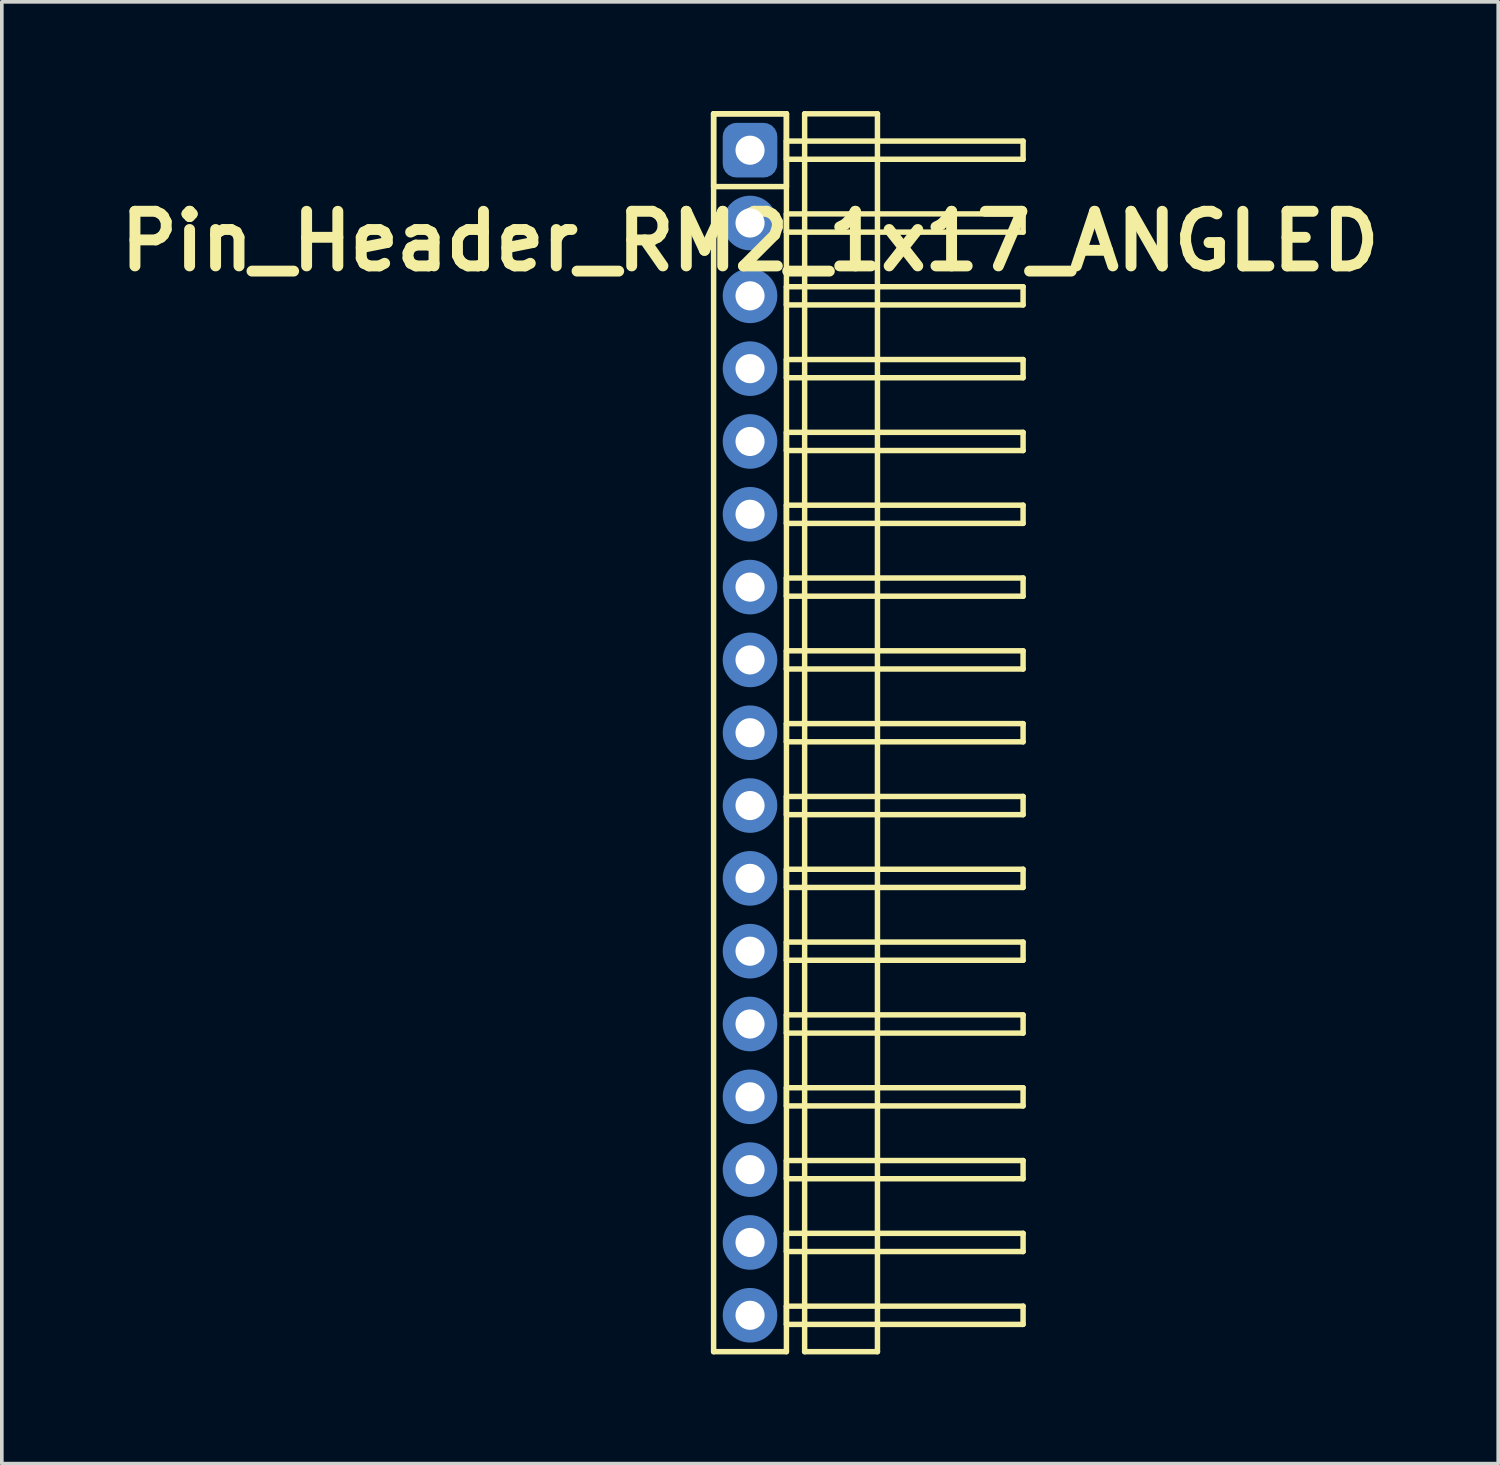
<source format=kicad_pcb>
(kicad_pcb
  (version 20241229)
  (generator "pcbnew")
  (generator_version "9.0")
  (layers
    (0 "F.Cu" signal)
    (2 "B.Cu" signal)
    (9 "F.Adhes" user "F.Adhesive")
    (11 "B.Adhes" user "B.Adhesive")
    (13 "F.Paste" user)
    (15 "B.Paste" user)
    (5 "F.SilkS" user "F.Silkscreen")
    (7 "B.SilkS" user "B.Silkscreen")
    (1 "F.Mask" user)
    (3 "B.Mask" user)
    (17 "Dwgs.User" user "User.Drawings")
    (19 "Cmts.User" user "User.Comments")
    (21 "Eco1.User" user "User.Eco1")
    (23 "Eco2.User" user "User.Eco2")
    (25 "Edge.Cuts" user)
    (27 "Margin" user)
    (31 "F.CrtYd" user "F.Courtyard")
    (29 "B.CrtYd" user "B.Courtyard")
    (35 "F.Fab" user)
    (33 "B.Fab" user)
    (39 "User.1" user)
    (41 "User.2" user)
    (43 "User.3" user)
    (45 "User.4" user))
  (footprint "Pin_Header_RM2_1x17_ANGLED"
    (layer "F.Cu")
    (at 17.55 1.075)
    (property "Reference" "Pin_Header_RM2_1x17_ANGLED" (at 0 2.5 0) (layer "F.SilkS") (effects (font (size 1.5 1.5) (thickness 0.3))))
    (attr through_hole)
    (fp_line (start -1 -1) (end 1 -1) (stroke (width 0.15) (type solid)) (layer "F.SilkS"))
    (fp_line (start -1 -1) (end 1 -1) (stroke (width 0.15) (type solid)) (layer "F.SilkS"))
    (fp_line (start -1 1) (end -1 -1) (stroke (width 0.15) (type solid)) (layer "F.SilkS"))
    (fp_line (start -1 33) (end -1 -1) (stroke (width 0.15) (type solid)) (layer "F.SilkS"))
    (fp_line (start 1 -1) (end 1 1) (stroke (width 0.15) (type solid)) (layer "F.SilkS"))
    (fp_line (start 1 -1) (end 1 33) (stroke (width 0.15) (type solid)) (layer "F.SilkS"))
    (fp_line (start 1 -0.25) (end 7.5 -0.25) (stroke (width 0.15) (type solid)) (layer "F.SilkS"))
    (fp_line (start 1 0.25) (end 1 -0.25) (stroke (width 0.15) (type solid)) (layer "F.SilkS"))
    (fp_line (start 1 1) (end -1 1) (stroke (width 0.15) (type solid)) (layer "F.SilkS"))
    (fp_line (start 1 1.75) (end 7.5 1.75) (stroke (width 0.15) (type solid)) (layer "F.SilkS"))
    (fp_line (start 1 2.25) (end 1 1.75) (stroke (width 0.15) (type solid)) (layer "F.SilkS"))
    (fp_line (start 1 3.75) (end 7.5 3.75) (stroke (width 0.15) (type solid)) (layer "F.SilkS"))
    (fp_line (start 1 4.25) (end 1 3.75) (stroke (width 0.15) (type solid)) (layer "F.SilkS"))
    (fp_line (start 1 5.75) (end 7.5 5.75) (stroke (width 0.15) (type solid)) (layer "F.SilkS"))
    (fp_line (start 1 6.25) (end 1 5.75) (stroke (width 0.15) (type solid)) (layer "F.SilkS"))
    (fp_line (start 1 7.75) (end 7.5 7.75) (stroke (width 0.15) (type solid)) (layer "F.SilkS"))
    (fp_line (start 1 8.25) (end 1 7.75) (stroke (width 0.15) (type solid)) (layer "F.SilkS"))
    (fp_line (start 1 9.75) (end 7.5 9.75) (stroke (width 0.15) (type solid)) (layer "F.SilkS"))
    (fp_line (start 1 10.25) (end 1 9.75) (stroke (width 0.15) (type solid)) (layer "F.SilkS"))
    (fp_line (start 1 11.75) (end 7.5 11.75) (stroke (width 0.15) (type solid)) (layer "F.SilkS"))
    (fp_line (start 1 12.25) (end 1 11.75) (stroke (width 0.15) (type solid)) (layer "F.SilkS"))
    (fp_line (start 1 13.75) (end 7.5 13.75) (stroke (width 0.15) (type solid)) (layer "F.SilkS"))
    (fp_line (start 1 14.25) (end 1 13.75) (stroke (width 0.15) (type solid)) (layer "F.SilkS"))
    (fp_line (start 1 15.75) (end 7.5 15.75) (stroke (width 0.15) (type solid)) (layer "F.SilkS"))
    (fp_line (start 1 16.25) (end 1 15.75) (stroke (width 0.15) (type solid)) (layer "F.SilkS"))
    (fp_line (start 1 17.75) (end 7.5 17.75) (stroke (width 0.15) (type solid)) (layer "F.SilkS"))
    (fp_line (start 1 18.25) (end 1 17.75) (stroke (width 0.15) (type solid)) (layer "F.SilkS"))
    (fp_line (start 1 19.75) (end 7.5 19.75) (stroke (width 0.15) (type solid)) (layer "F.SilkS"))
    (fp_line (start 1 20.25) (end 1 19.75) (stroke (width 0.15) (type solid)) (layer "F.SilkS"))
    (fp_line (start 1 21.75) (end 7.5 21.75) (stroke (width 0.15) (type solid)) (layer "F.SilkS"))
    (fp_line (start 1 22.25) (end 1 21.75) (stroke (width 0.15) (type solid)) (layer "F.SilkS"))
    (fp_line (start 1 23.75) (end 7.5 23.75) (stroke (width 0.15) (type solid)) (layer "F.SilkS"))
    (fp_line (start 1 24.25) (end 1 23.75) (stroke (width 0.15) (type solid)) (layer "F.SilkS"))
    (fp_line (start 1 25.75) (end 7.5 25.75) (stroke (width 0.15) (type solid)) (layer "F.SilkS"))
    (fp_line (start 1 26.25) (end 1 25.75) (stroke (width 0.15) (type solid)) (layer "F.SilkS"))
    (fp_line (start 1 27.75) (end 7.5 27.75) (stroke (width 0.15) (type solid)) (layer "F.SilkS"))
    (fp_line (start 1 28.25) (end 1 27.75) (stroke (width 0.15) (type solid)) (layer "F.SilkS"))
    (fp_line (start 1 29.75) (end 7.5 29.75) (stroke (width 0.15) (type solid)) (layer "F.SilkS"))
    (fp_line (start 1 30.25) (end 1 29.75) (stroke (width 0.15) (type solid)) (layer "F.SilkS"))
    (fp_line (start 1 31.75) (end 7.5 31.75) (stroke (width 0.15) (type solid)) (layer "F.SilkS"))
    (fp_line (start 1 32.25) (end 1 31.75) (stroke (width 0.15) (type solid)) (layer "F.SilkS"))
    (fp_line (start 1 33) (end -1 33) (stroke (width 0.15) (type solid)) (layer "F.SilkS"))
    (fp_line (start 1.5 -1) (end 3.5 -1) (stroke (width 0.15) (type solid)) (layer "F.SilkS"))
    (fp_line (start 1.5 33) (end 1.5 -1) (stroke (width 0.15) (type solid)) (layer "F.SilkS"))
    (fp_line (start 3.5 -1) (end 3.5 33) (stroke (width 0.15) (type solid)) (layer "F.SilkS"))
    (fp_line (start 3.5 33) (end 1.5 33) (stroke (width 0.15) (type solid)) (layer "F.SilkS"))
    (fp_line (start 7.5 -0.25) (end 7.5 0.25) (stroke (width 0.15) (type solid)) (layer "F.SilkS"))
    (fp_line (start 7.5 0.25) (end 1 0.25) (stroke (width 0.15) (type solid)) (layer "F.SilkS"))
    (fp_line (start 7.5 1.75) (end 7.5 2.25) (stroke (width 0.15) (type solid)) (layer "F.SilkS"))
    (fp_line (start 7.5 2.25) (end 1 2.25) (stroke (width 0.15) (type solid)) (layer "F.SilkS"))
    (fp_line (start 7.5 3.75) (end 7.5 4.25) (stroke (width 0.15) (type solid)) (layer "F.SilkS"))
    (fp_line (start 7.5 4.25) (end 1 4.25) (stroke (width 0.15) (type solid)) (layer "F.SilkS"))
    (fp_line (start 7.5 5.75) (end 7.5 6.25) (stroke (width 0.15) (type solid)) (layer "F.SilkS"))
    (fp_line (start 7.5 6.25) (end 1 6.25) (stroke (width 0.15) (type solid)) (layer "F.SilkS"))
    (fp_line (start 7.5 7.75) (end 7.5 8.25) (stroke (width 0.15) (type solid)) (layer "F.SilkS"))
    (fp_line (start 7.5 8.25) (end 1 8.25) (stroke (width 0.15) (type solid)) (layer "F.SilkS"))
    (fp_line (start 7.5 9.75) (end 7.5 10.25) (stroke (width 0.15) (type solid)) (layer "F.SilkS"))
    (fp_line (start 7.5 10.25) (end 1 10.25) (stroke (width 0.15) (type solid)) (layer "F.SilkS"))
    (fp_line (start 7.5 11.75) (end 7.5 12.25) (stroke (width 0.15) (type solid)) (layer "F.SilkS"))
    (fp_line (start 7.5 12.25) (end 1 12.25) (stroke (width 0.15) (type solid)) (layer "F.SilkS"))
    (fp_line (start 7.5 13.75) (end 7.5 14.25) (stroke (width 0.15) (type solid)) (layer "F.SilkS"))
    (fp_line (start 7.5 14.25) (end 1 14.25) (stroke (width 0.15) (type solid)) (layer "F.SilkS"))
    (fp_line (start 7.5 15.75) (end 7.5 16.25) (stroke (width 0.15) (type solid)) (layer "F.SilkS"))
    (fp_line (start 7.5 16.25) (end 1 16.25) (stroke (width 0.15) (type solid)) (layer "F.SilkS"))
    (fp_line (start 7.5 17.75) (end 7.5 18.25) (stroke (width 0.15) (type solid)) (layer "F.SilkS"))
    (fp_line (start 7.5 18.25) (end 1 18.25) (stroke (width 0.15) (type solid)) (layer "F.SilkS"))
    (fp_line (start 7.5 19.75) (end 7.5 20.25) (stroke (width 0.15) (type solid)) (layer "F.SilkS"))
    (fp_line (start 7.5 20.25) (end 1 20.25) (stroke (width 0.15) (type solid)) (layer "F.SilkS"))
    (fp_line (start 7.5 21.75) (end 7.5 22.25) (stroke (width 0.15) (type solid)) (layer "F.SilkS"))
    (fp_line (start 7.5 22.25) (end 1 22.25) (stroke (width 0.15) (type solid)) (layer "F.SilkS"))
    (fp_line (start 7.5 23.75) (end 7.5 24.25) (stroke (width 0.15) (type solid)) (layer "F.SilkS"))
    (fp_line (start 7.5 24.25) (end 1 24.25) (stroke (width 0.15) (type solid)) (layer "F.SilkS"))
    (fp_line (start 7.5 25.75) (end 7.5 26.25) (stroke (width 0.15) (type solid)) (layer "F.SilkS"))
    (fp_line (start 7.5 26.25) (end 1 26.25) (stroke (width 0.15) (type solid)) (layer "F.SilkS"))
    (fp_line (start 7.5 27.75) (end 7.5 28.25) (stroke (width 0.15) (type solid)) (layer "F.SilkS"))
    (fp_line (start 7.5 28.25) (end 1 28.25) (stroke (width 0.15) (type solid)) (layer "F.SilkS"))
    (fp_line (start 7.5 29.75) (end 7.5 30.25) (stroke (width 0.15) (type solid)) (layer "F.SilkS"))
    (fp_line (start 7.5 30.25) (end 1 30.25) (stroke (width 0.15) (type solid)) (layer "F.SilkS"))
    (fp_line (start 7.5 31.75) (end 7.5 32.25) (stroke (width 0.15) (type solid)) (layer "F.SilkS"))
    (fp_line (start 7.5 32.25) (end 1 32.25) (stroke (width 0.15) (type solid)) (layer "F.SilkS"))
    (pad "1" thru_hole circle (at 0 0) (size 1.1 1.1) (drill 0.8) (layers "*.Cu" "*.Mask"))
    (pad "1" smd roundrect (at 0 0) (size 1.25 1.25) (layers "F.Cu" "F.Mask") (roundrect_rratio 0.25))
    (pad "1" smd roundrect (at 0 0) (size 1.5 1.5) (layers "B.Cu" "B.Mask") (roundrect_rratio 0.25))
    (pad "2" thru_hole circle (at 0 2) (size 1.1 1.1) (drill 0.8) (layers "*.Cu" "*.Mask"))
    (pad "2" smd circle (at 0 2) (size 1.25 1.25) (layers "F.Cu" "F.Mask"))
    (pad "2" smd circle (at 0 2) (size 1.5 1.5) (layers "B.Cu" "B.Mask"))
    (pad "3" thru_hole circle (at 0 4) (size 1.1 1.1) (drill 0.8) (layers "*.Cu" "*.Mask"))
    (pad "3" smd circle (at 0 4) (size 1.25 1.25) (layers "F.Cu" "F.Mask"))
    (pad "3" smd circle (at 0 4) (size 1.5 1.5) (layers "B.Cu" "B.Mask"))
    (pad "4" thru_hole circle (at 0 6) (size 1.1 1.1) (drill 0.8) (layers "*.Cu" "*.Mask"))
    (pad "4" smd circle (at 0 6) (size 1.25 1.25) (layers "F.Cu" "F.Mask"))
    (pad "4" smd circle (at 0 6) (size 1.5 1.5) (layers "B.Cu" "B.Mask"))
    (pad "5" thru_hole circle (at 0 8) (size 1.1 1.1) (drill 0.8) (layers "*.Cu" "*.Mask"))
    (pad "5" smd circle (at 0 8) (size 1.25 1.25) (layers "F.Cu" "F.Mask"))
    (pad "5" smd circle (at 0 8) (size 1.5 1.5) (layers "B.Cu" "B.Mask"))
    (pad "6" thru_hole circle (at 0 10) (size 1.1 1.1) (drill 0.8) (layers "*.Cu" "*.Mask"))
    (pad "6" smd circle (at 0 10) (size 1.25 1.25) (layers "F.Cu" "F.Mask"))
    (pad "6" smd circle (at 0 10) (size 1.5 1.5) (layers "B.Cu" "B.Mask"))
    (pad "7" thru_hole circle (at 0 12) (size 1.1 1.1) (drill 0.8) (layers "*.Cu" "*.Mask"))
    (pad "7" smd circle (at 0 12) (size 1.25 1.25) (layers "F.Cu" "F.Mask"))
    (pad "7" smd circle (at 0 12) (size 1.5 1.5) (layers "B.Cu" "B.Mask"))
    (pad "8" thru_hole circle (at 0 14) (size 1.1 1.1) (drill 0.8) (layers "*.Cu" "*.Mask"))
    (pad "8" smd circle (at 0 14) (size 1.25 1.25) (layers "F.Cu" "F.Mask"))
    (pad "8" smd circle (at 0 14) (size 1.5 1.5) (layers "B.Cu" "B.Mask"))
    (pad "9" thru_hole circle (at 0 16) (size 1.1 1.1) (drill 0.8) (layers "*.Cu" "*.Mask"))
    (pad "9" smd circle (at 0 16) (size 1.25 1.25) (layers "F.Cu" "F.Mask"))
    (pad "9" smd circle (at 0 16) (size 1.5 1.5) (layers "B.Cu" "B.Mask"))
    (pad "10" thru_hole circle (at 0 18) (size 1.1 1.1) (drill 0.8) (layers "*.Cu" "*.Mask"))
    (pad "10" smd circle (at 0 18) (size 1.25 1.25) (layers "F.Cu" "F.Mask"))
    (pad "10" smd circle (at 0 18) (size 1.5 1.5) (layers "B.Cu" "B.Mask"))
    (pad "11" thru_hole circle (at 0 20) (size 1.1 1.1) (drill 0.8) (layers "*.Cu" "*.Mask"))
    (pad "11" smd circle (at 0 20) (size 1.25 1.25) (layers "F.Cu" "F.Mask"))
    (pad "11" smd circle (at 0 20) (size 1.5 1.5) (layers "B.Cu" "B.Mask"))
    (pad "12" thru_hole circle (at 0 22) (size 1.1 1.1) (drill 0.8) (layers "*.Cu" "*.Mask"))
    (pad "12" smd circle (at 0 22) (size 1.25 1.25) (layers "F.Cu" "F.Mask"))
    (pad "12" smd circle (at 0 22) (size 1.5 1.5) (layers "B.Cu" "B.Mask"))
    (pad "13" thru_hole circle (at 0 24) (size 1.1 1.1) (drill 0.8) (layers "*.Cu" "*.Mask"))
    (pad "13" smd circle (at 0 24) (size 1.25 1.25) (layers "F.Cu" "F.Mask"))
    (pad "13" smd circle (at 0 24) (size 1.5 1.5) (layers "B.Cu" "B.Mask"))
    (pad "14" thru_hole circle (at 0 26) (size 1.1 1.1) (drill 0.8) (layers "*.Cu" "*.Mask"))
    (pad "14" smd circle (at 0 26) (size 1.25 1.25) (layers "F.Cu" "F.Mask"))
    (pad "14" smd circle (at 0 26) (size 1.5 1.5) (layers "B.Cu" "B.Mask"))
    (pad "15" thru_hole circle (at 0 28) (size 1.1 1.1) (drill 0.8) (layers "*.Cu" "*.Mask"))
    (pad "15" smd circle (at 0 28) (size 1.25 1.25) (layers "F.Cu" "F.Mask"))
    (pad "15" smd circle (at 0 28) (size 1.5 1.5) (layers "B.Cu" "B.Mask"))
    (pad "16" thru_hole circle (at 0 30) (size 1.1 1.1) (drill 0.8) (layers "*.Cu" "*.Mask"))
    (pad "16" smd circle (at 0 30) (size 1.25 1.25) (layers "F.Cu" "F.Mask"))
    (pad "16" smd circle (at 0 30) (size 1.5 1.5) (layers "B.Cu" "B.Mask"))
    (pad "17" thru_hole circle (at 0 32) (size 1.1 1.1) (drill 0.8) (layers "*.Cu" "*.Mask"))
    (pad "17" smd circle (at 0 32) (size 1.25 1.25) (layers "F.Cu" "F.Mask"))
    (pad "17" smd circle (at 0 32) (size 1.5 1.5) (layers "B.Cu" "B.Mask")))
  (gr_rect
    (start -3 -3)
    (end 38.1 37.15)
    (stroke (width 0.1) (type default))
    (fill no)
    (layer "Edge.Cuts")))
</source>
